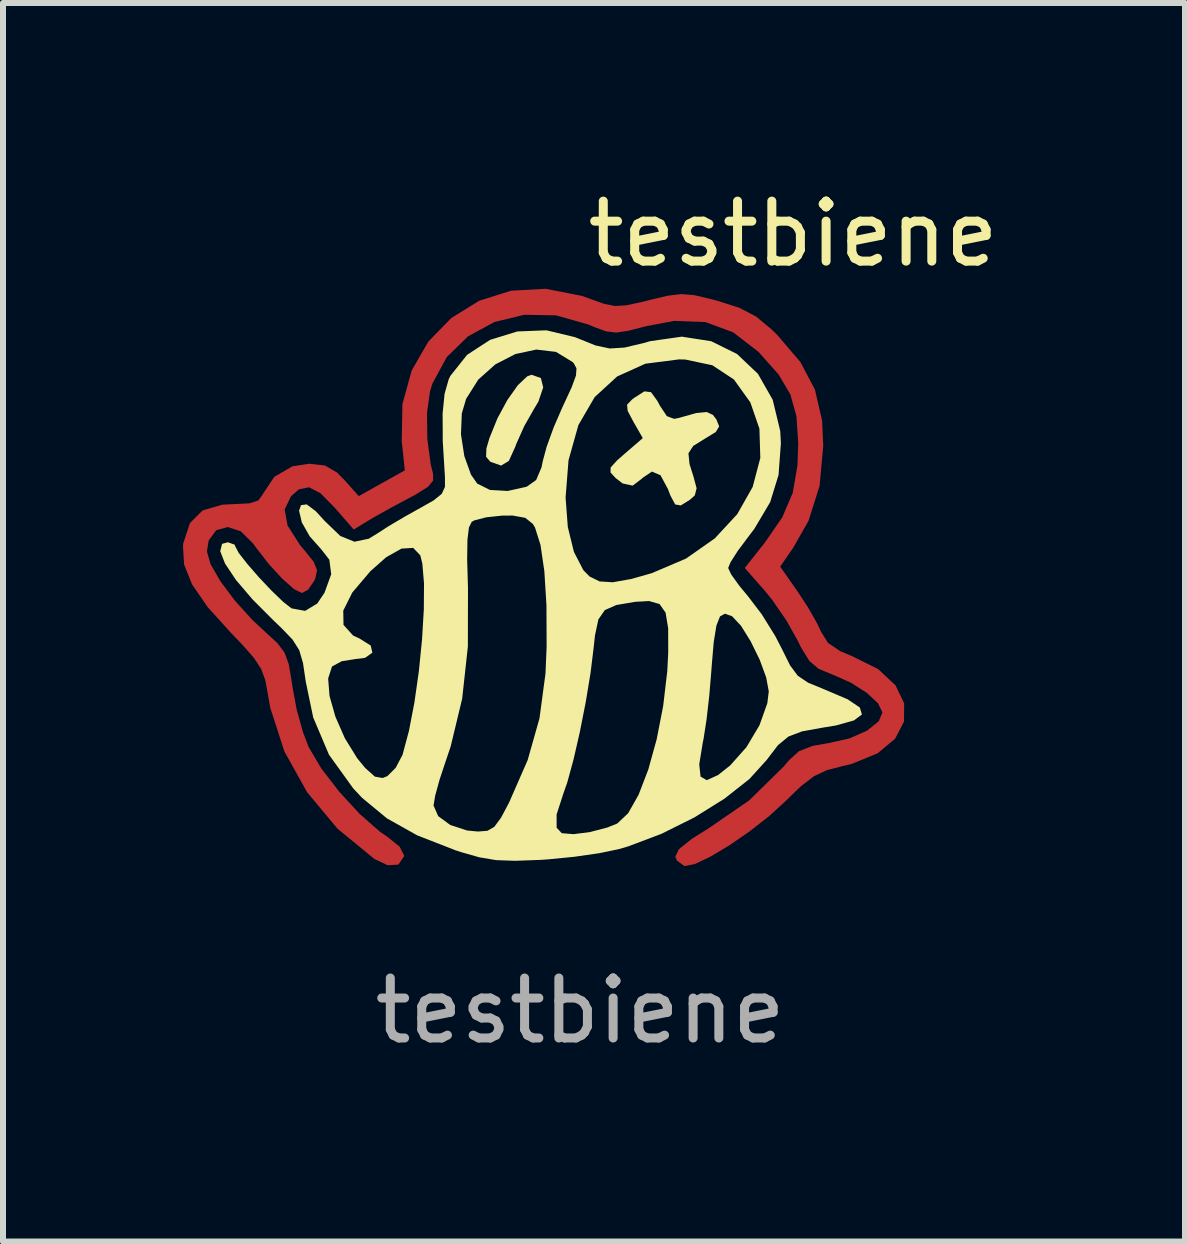
<source format=kicad_pcb>
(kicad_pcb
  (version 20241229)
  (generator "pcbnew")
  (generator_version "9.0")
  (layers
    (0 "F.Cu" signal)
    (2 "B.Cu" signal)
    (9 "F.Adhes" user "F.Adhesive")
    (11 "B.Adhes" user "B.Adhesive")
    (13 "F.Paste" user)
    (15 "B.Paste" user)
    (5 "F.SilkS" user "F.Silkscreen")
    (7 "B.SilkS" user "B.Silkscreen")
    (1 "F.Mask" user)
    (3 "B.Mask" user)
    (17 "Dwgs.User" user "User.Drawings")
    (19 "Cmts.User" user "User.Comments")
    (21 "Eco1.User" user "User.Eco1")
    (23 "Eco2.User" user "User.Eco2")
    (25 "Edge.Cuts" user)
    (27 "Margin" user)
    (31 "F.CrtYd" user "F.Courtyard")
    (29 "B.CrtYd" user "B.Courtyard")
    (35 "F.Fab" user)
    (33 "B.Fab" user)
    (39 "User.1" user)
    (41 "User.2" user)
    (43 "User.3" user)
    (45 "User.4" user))
  (footprint "testbiene"
    (layer "F.Cu")
    (at 6.373 7.748)
    (property "Reference" "testbiene" (at 3.8 -6.9 0) (unlocked yes) (layer "F.SilkS") (effects (font (size 1 1) (thickness 0.15))))
    (attr smd)
    (fp_poly (pts (xy -0.407 -4.496) (xy -0.368 -4.34) (xy -0.448 -4.104) (xy -0.522 -3.98) (xy -0.683 -3.697) (xy -0.816 -3.4) (xy -0.835 -3.347) (xy -0.941 -3.115) (xy -1.069 -3.037) (xy -1.244 -3.099) (xy -1.253 -3.105) (xy -1.32 -3.184) (xy -1.315 -3.323) (xy -1.264 -3.496) (xy -1.131 -3.824) (xy -0.965 -4.131) (xy -0.791 -4.377) (xy -0.634 -4.525) (xy -0.563 -4.551)) (stroke (width 0) (type solid)) (fill yes) (layer "F.SilkS"))
    (fp_poly (pts (xy 1.429 -4.261) (xy 1.537 -4.112) (xy 1.576 -4.037) (xy 1.693 -3.861) (xy 1.815 -3.816) (xy 1.896 -3.832) (xy 2.183 -3.913) (xy 2.356 -3.93) (xy 2.461 -3.882) (xy 2.519 -3.806) (xy 2.565 -3.69) (xy 2.509 -3.597) (xy 2.328 -3.486) (xy 2.133 -3.365) (xy 2.053 -3.242) (xy 2.071 -3.061) (xy 2.135 -2.86) (xy 2.189 -2.659) (xy 2.159 -2.54) (xy 2.076 -2.466) (xy 1.926 -2.373) (xy 1.832 -2.389) (xy 1.752 -2.538) (xy 1.71 -2.648) (xy 1.587 -2.876) (xy 1.445 -2.937) (xy 1.286 -2.83) (xy 1.275 -2.818) (xy 1.123 -2.703) (xy 0.956 -2.739) (xy 0.838 -2.83) (xy 0.754 -2.922) (xy 0.756 -3.005) (xy 0.863 -3.123) (xy 0.988 -3.233) (xy 1.292 -3.495) (xy 1.136 -3.767) (xy 1.039 -3.95) (xy 1.03 -4.052) (xy 1.112 -4.138) (xy 1.149 -4.166) (xy 1.318 -4.274)) (stroke (width 0) (type solid)) (fill yes) (layer "F.SilkS"))
    (fp_poly (pts (xy 0.161 -5.178) (xy 0.216 -5.156) (xy 0.506 -5.039) (xy 0.741 -4.989) (xy 0.986 -5.004) (xy 1.307 -5.08) (xy 1.415 -5.111) (xy 1.943 -5.186) (xy 2.432 -5.11) (xy 2.862 -4.898) (xy 3.211 -4.567) (xy 3.458 -4.133) (xy 3.583 -3.613) (xy 3.594 -3.41) (xy 3.555 -2.881) (xy 3.415 -2.427) (xy 3.153 -1.985) (xy 3.047 -1.845) (xy 2.873 -1.612) (xy 2.753 -1.423) (xy 2.715 -1.33) (xy 2.767 -1.22) (xy 2.903 -1.031) (xy 3.048 -0.856) (xy 3.275 -0.558) (xy 3.498 -0.199) (xy 3.611 0.019) (xy 3.748 0.295) (xy 3.875 0.466) (xy 4.047 0.582) (xy 4.317 0.693) (xy 4.333 0.7) (xy 4.705 0.858) (xy 4.909 0.995) (xy 4.945 1.112) (xy 4.812 1.211) (xy 4.512 1.295) (xy 4.281 1.333) (xy 3.946 1.394) (xy 3.721 1.479) (xy 3.547 1.622) (xy 3.366 1.858) (xy 3.359 1.868) (xy 3.07 2.187) (xy 2.654 2.515) (xy 2.152 2.828) (xy 1.604 3.101) (xy 1.048 3.311) (xy 0.89 3.357) (xy 0.568 3.424) (xy 0.151 3.484) (xy -0.285 3.527) (xy -0.418 3.536) (xy -0.836 3.551) (xy -1.152 3.54) (xy -1.432 3.493) (xy -1.742 3.405) (xy -1.832 3.375) (xy -2.468 3.127) (xy -2.974 2.843) (xy -3.232 2.63) (xy -2.196 2.63) (xy -2.119 2.806) (xy -1.917 2.954) (xy -1.636 3.046) (xy -1.456 3.063) (xy -1.299 3.051) (xy -1.184 2.986) (xy -1.072 2.834) (xy -1.043 2.78) (xy -0.145 2.78) (xy -0.144 3) (xy -0.058 3.091) (xy 0.137 3.107) (xy 0.415 3.071) (xy 0.704 2.995) (xy 0.867 2.929) (xy 1.048 2.758) (xy 1.223 2.448) (xy 1.385 2.026) (xy 1.408 1.942) (xy 2.233 1.942) (xy 2.255 2.147) (xy 2.358 2.207) (xy 2.546 2.122) (xy 2.748 1.962) (xy 3.019 1.658) (xy 3.237 1.292) (xy 3.368 0.924) (xy 3.392 0.727) (xy 3.349 0.495) (xy 3.24 0.198) (xy 3.09 -0.108) (xy 2.929 -0.367) (xy 2.784 -0.522) (xy 2.776 -0.527) (xy 2.662 -0.568) (xy 2.579 -0.523) (xy 2.519 -0.37) (xy 2.474 -0.091) (xy 2.438 0.335) (xy 2.434 0.394) (xy 2.4 0.8) (xy 2.355 1.195) (xy 2.306 1.511) (xy 2.291 1.587) (xy 2.233 1.942) (xy 1.408 1.942) (xy 1.524 1.523) (xy 1.632 0.968) (xy 1.7 0.39) (xy 1.716 0.079) (xy 1.715 -0.324) (xy 1.672 -0.585) (xy 1.571 -0.729) (xy 1.396 -0.779) (xy 1.166 -0.766) (xy 0.852 -0.713) (xy 0.659 -0.628) (xy 0.552 -0.473) (xy 0.495 -0.207) (xy 0.473 -0.003) (xy 0.421 0.42) (xy 0.341 0.905) (xy 0.243 1.402) (xy 0.137 1.864) (xy 0.034 2.242) (xy -0.037 2.445) (xy -0.145 2.78) (xy -1.043 2.78) (xy -0.937 2.58) (xy -0.627 1.872) (xy -0.43 1.176) (xy -0.33 0.429) (xy -0.311 -0.021) (xy -0.314 -0.707) (xy -0.349 -1.276) (xy -0.413 -1.713) (xy -0.504 -2.003) (xy -0.541 -2.065) (xy -0.667 -2.166) (xy -0.877 -2.204) (xy -1.055 -2.203) (xy -1.316 -2.175) (xy -1.512 -2.125) (xy -1.56 -2.099) (xy -1.606 -2.005) (xy -1.631 -1.803) (xy -1.636 -1.473) (xy -1.622 -0.997) (xy -1.624 -0.02) (xy -1.719 0.849) (xy -1.911 1.647) (xy -1.994 1.892) (xy -2.096 2.2) (xy -2.169 2.466) (xy -2.196 2.63) (xy -3.232 2.63) (xy -3.39 2.499) (xy -3.534 2.345) (xy -3.939 1.783) (xy -4.202 1.162) (xy -4.325 0.57) (xy -4.334 0.512) (xy -3.953 0.512) (xy -3.93 0.803) (xy -3.832 1.149) (xy -3.674 1.509) (xy -3.469 1.841) (xy -3.336 2.003) (xy -3.174 2.148) (xy -3.044 2.171) (xy -2.965 2.139) (xy -2.827 2.001) (xy -2.714 1.786) (xy -2.71 1.773) (xy -2.606 1.385) (xy -2.515 0.912) (xy -2.441 0.391) (xy -2.388 -0.138) (xy -2.358 -0.639) (xy -2.355 -1.074) (xy -2.383 -1.404) (xy -2.417 -1.541) (xy -2.535 -1.665) (xy -2.73 -1.653) (xy -2.985 -1.51) (xy -3.248 -1.277) (xy -3.551 -0.92) (xy -3.701 -0.62) (xy -3.697 -0.381) (xy -3.538 -0.205) (xy -3.426 -0.152) (xy -3.243 -0.037) (xy -3.216 0.082) (xy -3.338 0.168) (xy -3.498 0.188) (xy -3.726 0.224) (xy -3.885 0.31) (xy -3.89 0.316) (xy -3.953 0.512) (xy -4.334 0.512) (xy -4.372 0.255) (xy -4.435 0.04) (xy -4.546 -0.136) (xy -4.737 -0.335) (xy -4.855 -0.447) (xy -5.214 -0.807) (xy -5.49 -1.131) (xy -5.672 -1.404) (xy -5.752 -1.61) (xy -5.721 -1.732) (xy -5.625 -1.759) (xy -5.512 -1.719) (xy -5.498 -1.684) (xy -5.443 -1.58) (xy -5.3 -1.397) (xy -5.107 -1.175) (xy -4.896 -0.952) (xy -4.705 -0.768) (xy -4.568 -0.66) (xy -4.563 -0.657) (xy -4.337 -0.615) (xy -4.135 -0.737) (xy -4.013 -0.919) (xy -3.902 -1.226) (xy -3.933 -1.468) (xy -4.067 -1.64) (xy -4.261 -1.859) (xy -4.392 -2.09) (xy -4.438 -2.285) (xy -4.405 -2.378) (xy -4.31 -2.39) (xy -4.159 -2.276) (xy -4.01 -2.114) (xy -3.751 -1.864) (xy -3.515 -1.768) (xy -3.276 -1.818) (xy -3.129 -1.908) (xy -2.942 -2.029) (xy -2.672 -2.188) (xy -2.454 -2.31) (xy -2.197 -2.455) (xy -2.137 -2.503) (xy 0.005 -2.503) (xy 0.042 -2.013) (xy 0.144 -1.598) (xy 0.301 -1.294) (xy 0.405 -1.188) (xy 0.572 -1.106) (xy 0.792 -1.092) (xy 1.101 -1.147) (xy 1.44 -1.243) (xy 2.013 -1.487) (xy 2.492 -1.823) (xy 2.867 -2.228) (xy 3.124 -2.682) (xy 3.251 -3.164) (xy 3.236 -3.652) (xy 3.085 -4.09) (xy 2.811 -4.472) (xy 2.452 -4.709) (xy 2 -4.805) (xy 1.895 -4.807) (xy 1.335 -4.735) (xy 0.865 -4.523) (xy 0.49 -4.179) (xy 0.218 -3.711) (xy 0.054 -3.126) (xy 0.005 -2.503) (xy -2.137 -2.503) (xy -2.059 -2.566) (xy -2.006 -2.682) (xy -2.006 -2.845) (xy -2.007 -2.86) (xy -2.043 -3.452) (xy -2.043 -3.558) (xy -1.739 -3.558) (xy -1.683 -3.195) (xy -1.572 -2.886) (xy -1.468 -2.737) (xy -1.256 -2.631) (xy -0.959 -2.614) (xy -0.643 -2.685) (xy -0.486 -2.796) (xy -0.396 -3.008) (xy -0.377 -3.104) (xy -0.311 -3.35) (xy -0.192 -3.678) (xy -0.044 -4.019) (xy -0.034 -4.039) (xy 0.107 -4.344) (xy 0.178 -4.538) (xy 0.187 -4.657) (xy 0.143 -4.741) (xy 0.122 -4.763) (xy -0.154 -4.932) (xy -0.484 -4.971) (xy -0.832 -4.896) (xy -1.166 -4.724) (xy -1.451 -4.47) (xy -1.653 -4.149) (xy -1.725 -3.907) (xy -1.739 -3.558) (xy -2.043 -3.558) (xy -2.045 -3.902) (xy -2.012 -4.235) (xy -1.943 -4.476) (xy -1.915 -4.533) (xy -1.637 -4.883) (xy -1.253 -5.133) (xy -0.799 -5.273) (xy -0.315 -5.292)) (stroke (width 0) (type solid)) (fill yes) (layer "F.SilkS"))
    (fp_text user "${REFERENCE}" (at 0.25 6.05 0) (unlocked yes) (layer "F.Fab") (effects (font (size 1 1) (thickness 0.15))))
    (pad "1" smd custom (at -5.023 -2.106) (size 0.613 0.613) (layers "F.Cu" "F.Mask") (options (anchor circle)) (primitives (gr_poly (pts (xy -0.323 -0.153) (xy -0.312 -0.212) (xy -0.278 -0.261) (xy -0.229 -0.295) (xy -0.17 -0.306) (xy 0.17 -0.306) (xy 0.229 -0.295) (xy 0.278 -0.261) (xy 0.312 -0.212) (xy 0.323 -0.153) (xy 0.323 0.153) (xy 0.312 0.212) (xy 0.278 0.261) (xy 0.229 0.295) (xy 0.17 0.306) (xy -0.17 0.306) (xy -0.229 0.295) (xy -0.278 0.261) (xy -0.312 0.212) (xy -0.323 0.153)) (width 0) (fill yes)) (gr_poly (pts (xy 5.298 -3.76) (xy 5.42 -3.717) (xy 5.666 -3.628) (xy 5.852 -3.591) (xy 6.045 -3.603) (xy 6.312 -3.661) (xy 6.425 -3.69) (xy 6.732 -3.763) (xy 6.957 -3.79) (xy 7.174 -3.772) (xy 7.457 -3.705) (xy 7.565 -3.676) (xy 7.928 -3.56) (xy 8.202 -3.416) (xy 8.463 -3.2) (xy 8.556 -3.109) (xy 8.943 -2.656) (xy 9.185 -2.196) (xy 9.304 -1.681) (xy 9.323 -1.262) (xy 9.262 -0.593) (xy 9.078 -0.011) (xy 8.819 0.444) (xy 8.605 0.753) (xy 8.893 1.164) (xy 9.073 1.439) (xy 9.223 1.703) (xy 9.284 1.834) (xy 9.401 2.024) (xy 9.606 2.163) (xy 9.794 2.241) (xy 10.236 2.46) (xy 10.528 2.732) (xy 10.672 3.032) (xy 10.669 3.337) (xy 10.521 3.622) (xy 10.23 3.865) (xy 9.798 4.042) (xy 9.663 4.074) (xy 9.387 4.145) (xy 9.17 4.246) (xy 8.955 4.41) (xy 8.704 4.653) (xy 8.426 4.908) (xy 8.1 5.163) (xy 7.761 5.397) (xy 7.444 5.587) (xy 7.183 5.711) (xy 7.013 5.745) (xy 7.009 5.745) (xy 6.883 5.652) (xy 6.857 5.587) (xy 6.918 5.463) (xy 7.138 5.287) (xy 7.402 5.122) (xy 8.09 4.649) (xy 8.667 4.082) (xy 8.755 3.977) (xy 8.919 3.83) (xy 9.147 3.741) (xy 9.407 3.696) (xy 9.758 3.618) (xy 10.051 3.489) (xy 10.248 3.331) (xy 10.31 3.184) (xy 10.237 3.033) (xy 10.047 2.856) (xy 9.781 2.686) (xy 9.482 2.554) (xy 9.47 2.55) (xy 9.246 2.457) (xy 9.092 2.326) (xy 8.956 2.107) (xy 8.895 1.983) (xy 8.708 1.649) (xy 8.47 1.305) (xy 8.349 1.156) (xy 8.015 0.776) (xy 8.351 0.351) (xy 8.641 -0.07) (xy 8.815 -0.478) (xy 8.894 -0.938) (xy 8.906 -1.304) (xy 8.876 -1.756) (xy 8.774 -2.119) (xy 8.577 -2.452) (xy 8.259 -2.809) (xy 8.24 -2.829) (xy 7.821 -3.153) (xy 7.36 -3.323) (xy 6.839 -3.343) (xy 6.373 -3.255) (xy 6.074 -3.178) (xy 5.873 -3.148) (xy 5.706 -3.168) (xy 5.509 -3.239) (xy 5.403 -3.284) (xy 4.87 -3.435) (xy 4.34 -3.445) (xy 3.841 -3.324) (xy 3.401 -3.085) (xy 3.047 -2.739) (xy 2.808 -2.297) (xy 2.769 -2.173) (xy 2.718 -1.813) (xy 2.723 -1.377) (xy 2.78 -0.95) (xy 2.819 -0.795) (xy 2.821 -0.683) (xy 2.734 -0.577) (xy 2.529 -0.448) (xy 2.42 -0.39) (xy 2.128 -0.234) (xy 1.86 -0.085) (xy 1.733 -0.01) (xy 1.496 0.135) (xy 1.183 -0.226) (xy 0.942 -0.47) (xy 0.75 -0.57) (xy 0.581 -0.534) (xy 0.45 -0.419) (xy 0.345 -0.198) (xy 0.394 0.069) (xy 0.599 0.39) (xy 0.671 0.476) (xy 0.83 0.674) (xy 0.885 0.813) (xy 0.856 0.951) (xy 0.841 0.985) (xy 0.734 1.14) (xy 0.634 1.193) (xy 0.502 1.129) (xy 0.307 0.957) (xy 0.081 0.711) (xy -0.142 0.423) (xy -0.181 0.368) (xy -0.386 0.165) (xy -0.604 0.093) (xy -0.796 0.147) (xy -0.922 0.319) (xy -0.951 0.5) (xy -0.89 0.712) (xy -0.727 0.996) (xy -0.487 1.317) (xy -0.198 1.637) (xy 0.022 1.842) (xy 0.222 2.026) (xy 0.343 2.186) (xy 0.414 2.381) (xy 0.463 2.671) (xy 0.476 2.761) (xy 0.546 3.138) (xy 0.651 3.514) (xy 0.746 3.763) (xy 0.956 4.118) (xy 1.256 4.507) (xy 1.596 4.876) (xy 1.931 5.17) (xy 2.065 5.263) (xy 2.262 5.422) (xy 2.335 5.565) (xy 2.334 5.583) (xy 2.242 5.72) (xy 2.062 5.731) (xy 1.843 5.628) (xy 1.227 5.123) (xy 0.72 4.515) (xy 0.34 3.833) (xy 0.105 3.105) (xy 0.066 2.885) (xy 0.023 2.648) (xy -0.047 2.458) (xy -0.169 2.272) (xy -0.371 2.043) (xy -0.542 1.866) (xy -0.938 1.428) (xy -1.197 1.052) (xy -1.331 0.72) (xy -1.35 0.409) (xy -1.344 0.362) (xy -1.233 0.026) (xy -1.022 -0.184) (xy -0.694 -0.279) (xy -0.513 -0.288) (xy -0.244 -0.301) (xy -0.096 -0.348) (xy -0.022 -0.447) (xy -0.018 -0.458) (xy 0.173 -0.744) (xy 0.473 -0.918) (xy 0.758 -0.962) (xy 1.019 -0.932) (xy 1.218 -0.815) (xy 1.34 -0.692) (xy 1.581 -0.422) (xy 1.964 -0.637) (xy 2.348 -0.851) (xy 2.297 -1.338) (xy 2.308 -1.956) (xy 2.462 -2.515) (xy 2.74 -2.998) (xy 3.123 -3.391) (xy 3.589 -3.679) (xy 4.12 -3.846) (xy 4.696 -3.878)) (width 0) (fill yes)))))
  (gr_rect
    (start -3 -3)
    (end 16.703 17.646)
    (stroke (width 0.1) (type default))
    (fill no)
    (layer "Edge.Cuts")))
</source>
